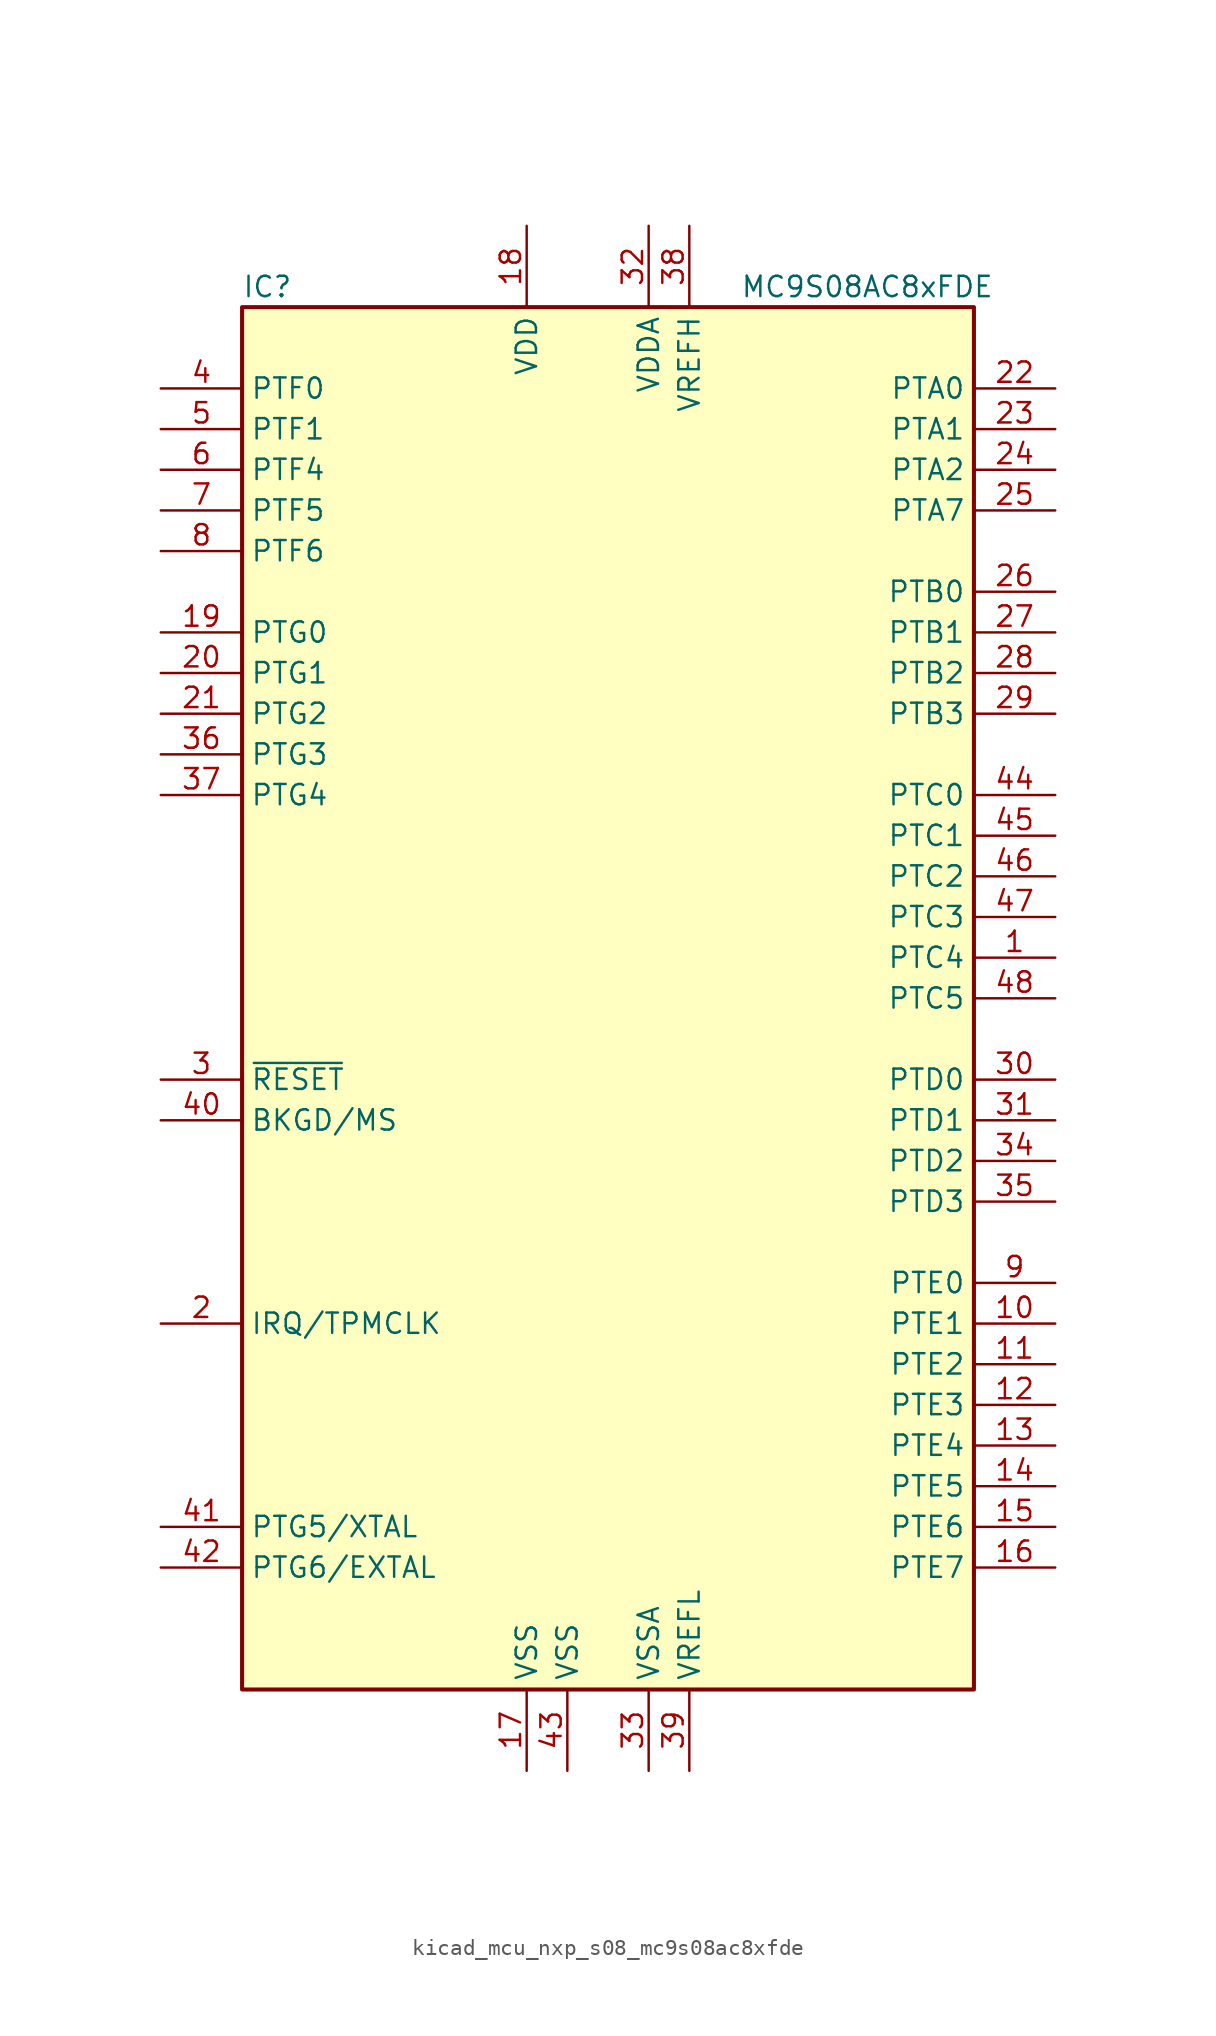
<source format=kicad_sym>
(kicad_symbol_lib
  (version 20220914)
  (generator kicad_symbol_editor)
  (symbol "kicad_mcu_nxp_s08_mc9s08ac8xfde"
    (property "Reference" "IC"
      (at -22.86 44.45 0)
      (effects (font (size 1.27 1.27)) (justify left)))
    (property "Value" "MC9S08AC8xFDE"
      (at 24.13 44.45 0)
      (effects (font (size 1.27 1.27)) (justify right)))
    (symbol "kicad_mcu_nxp_s08_mc9s08ac8xfde_0_1"
      (rectangle (start -22.86 43.18) (end 22.86 -43.18) (stroke (width 0.254) (type default)) (fill (type background))))
    (symbol "kicad_mcu_nxp_s08_mc9s08ac8xfde_1_1"
      (pin bidirectional line (at 27.94 2.54 180) (length 5.08) (name "PTC4" (effects (font (size 1.27 1.27)))) (number "1" (effects (font (size 1.27 1.27)))))
      (pin bidirectional line (at 27.94 -20.32 180) (length 5.08) (name "PTE1" (effects (font (size 1.27 1.27)))) (number "10" (effects (font (size 1.27 1.27)))))
      (pin bidirectional line (at 27.94 -22.86 180) (length 5.08) (name "PTE2" (effects (font (size 1.27 1.27)))) (number "11" (effects (font (size 1.27 1.27)))))
      (pin bidirectional line (at 27.94 -25.4 180) (length 5.08) (name "PTE3" (effects (font (size 1.27 1.27)))) (number "12" (effects (font (size 1.27 1.27)))))
      (pin bidirectional line (at 27.94 -27.94 180) (length 5.08) (name "PTE4" (effects (font (size 1.27 1.27)))) (number "13" (effects (font (size 1.27 1.27)))))
      (pin bidirectional line (at 27.94 -30.48 180) (length 5.08) (name "PTE5" (effects (font (size 1.27 1.27)))) (number "14" (effects (font (size 1.27 1.27)))))
      (pin bidirectional line (at 27.94 -33.02 180) (length 5.08) (name "PTE6" (effects (font (size 1.27 1.27)))) (number "15" (effects (font (size 1.27 1.27)))))
      (pin bidirectional line (at 27.94 -35.56 180) (length 5.08) (name "PTE7" (effects (font (size 1.27 1.27)))) (number "16" (effects (font (size 1.27 1.27)))))
      (pin power_in line (at -5.08 -48.26 90) (length 5.08) (name "VSS" (effects (font (size 1.27 1.27)))) (number "17" (effects (font (size 1.27 1.27)))))
      (pin power_in line (at -5.08 48.26 270) (length 5.08) (name "VDD" (effects (font (size 1.27 1.27)))) (number "18" (effects (font (size 1.27 1.27)))))
      (pin bidirectional line (at -27.94 22.86 0) (length 5.08) (name "PTG0" (effects (font (size 1.27 1.27)))) (number "19" (effects (font (size 1.27 1.27)))))
      (pin input line (at -27.94 -20.32 0) (length 5.08) (name "IRQ/TPMCLK" (effects (font (size 1.27 1.27)))) (number "2" (effects (font (size 1.27 1.27)))))
      (pin bidirectional line (at -27.94 20.32 0) (length 5.08) (name "PTG1" (effects (font (size 1.27 1.27)))) (number "20" (effects (font (size 1.27 1.27)))))
      (pin bidirectional line (at -27.94 17.78 0) (length 5.08) (name "PTG2" (effects (font (size 1.27 1.27)))) (number "21" (effects (font (size 1.27 1.27)))))
      (pin bidirectional line (at 27.94 38.1 180) (length 5.08) (name "PTA0" (effects (font (size 1.27 1.27)))) (number "22" (effects (font (size 1.27 1.27)))))
      (pin bidirectional line (at 27.94 35.56 180) (length 5.08) (name "PTA1" (effects (font (size 1.27 1.27)))) (number "23" (effects (font (size 1.27 1.27)))))
      (pin bidirectional line (at 27.94 33.02 180) (length 5.08) (name "PTA2" (effects (font (size 1.27 1.27)))) (number "24" (effects (font (size 1.27 1.27)))))
      (pin bidirectional line (at 27.94 30.48 180) (length 5.08) (name "PTA7" (effects (font (size 1.27 1.27)))) (number "25" (effects (font (size 1.27 1.27)))))
      (pin bidirectional line (at 27.94 25.4 180) (length 5.08) (name "PTB0" (effects (font (size 1.27 1.27)))) (number "26" (effects (font (size 1.27 1.27)))))
      (pin bidirectional line (at 27.94 22.86 180) (length 5.08) (name "PTB1" (effects (font (size 1.27 1.27)))) (number "27" (effects (font (size 1.27 1.27)))))
      (pin bidirectional line (at 27.94 20.32 180) (length 5.08) (name "PTB2" (effects (font (size 1.27 1.27)))) (number "28" (effects (font (size 1.27 1.27)))))
      (pin bidirectional line (at 27.94 17.78 180) (length 5.08) (name "PTB3" (effects (font (size 1.27 1.27)))) (number "29" (effects (font (size 1.27 1.27)))))
      (pin input line (at -27.94 -5.08 0) (length 5.08) (name "~{RESET}" (effects (font (size 1.27 1.27)))) (number "3" (effects (font (size 1.27 1.27)))))
      (pin bidirectional line (at 27.94 -5.08 180) (length 5.08) (name "PTD0" (effects (font (size 1.27 1.27)))) (number "30" (effects (font (size 1.27 1.27)))))
      (pin bidirectional line (at 27.94 -7.62 180) (length 5.08) (name "PTD1" (effects (font (size 1.27 1.27)))) (number "31" (effects (font (size 1.27 1.27)))))
      (pin power_in line (at 2.54 48.26 270) (length 5.08) (name "VDDA" (effects (font (size 1.27 1.27)))) (number "32" (effects (font (size 1.27 1.27)))))
      (pin power_in line (at 2.54 -48.26 90) (length 5.08) (name "VSSA" (effects (font (size 1.27 1.27)))) (number "33" (effects (font (size 1.27 1.27)))))
      (pin bidirectional line (at 27.94 -10.16 180) (length 5.08) (name "PTD2" (effects (font (size 1.27 1.27)))) (number "34" (effects (font (size 1.27 1.27)))))
      (pin bidirectional line (at 27.94 -12.7 180) (length 5.08) (name "PTD3" (effects (font (size 1.27 1.27)))) (number "35" (effects (font (size 1.27 1.27)))))
      (pin bidirectional line (at -27.94 15.24 0) (length 5.08) (name "PTG3" (effects (font (size 1.27 1.27)))) (number "36" (effects (font (size 1.27 1.27)))))
      (pin bidirectional line (at -27.94 12.7 0) (length 5.08) (name "PTG4" (effects (font (size 1.27 1.27)))) (number "37" (effects (font (size 1.27 1.27)))))
      (pin power_in line (at 5.08 48.26 270) (length 5.08) (name "VREFH" (effects (font (size 1.27 1.27)))) (number "38" (effects (font (size 1.27 1.27)))))
      (pin power_in line (at 5.08 -48.26 90) (length 5.08) (name "VREFL" (effects (font (size 1.27 1.27)))) (number "39" (effects (font (size 1.27 1.27)))))
      (pin bidirectional line (at -27.94 38.1 0) (length 5.08) (name "PTF0" (effects (font (size 1.27 1.27)))) (number "4" (effects (font (size 1.27 1.27)))))
      (pin bidirectional line (at -27.94 -7.62 0) (length 5.08) (name "BKGD/MS" (effects (font (size 1.27 1.27)))) (number "40" (effects (font (size 1.27 1.27)))))
      (pin bidirectional line (at -27.94 -33.02 0) (length 5.08) (name "PTG5/XTAL" (effects (font (size 1.27 1.27)))) (number "41" (effects (font (size 1.27 1.27)))))
      (pin bidirectional line (at -27.94 -35.56 0) (length 5.08) (name "PTG6/EXTAL" (effects (font (size 1.27 1.27)))) (number "42" (effects (font (size 1.27 1.27)))))
      (pin power_in line (at -2.54 -48.26 90) (length 5.08) (name "VSS" (effects (font (size 1.27 1.27)))) (number "43" (effects (font (size 1.27 1.27)))))
      (pin bidirectional line (at 27.94 12.7 180) (length 5.08) (name "PTC0" (effects (font (size 1.27 1.27)))) (number "44" (effects (font (size 1.27 1.27)))))
      (pin bidirectional line (at 27.94 10.16 180) (length 5.08) (name "PTC1" (effects (font (size 1.27 1.27)))) (number "45" (effects (font (size 1.27 1.27)))))
      (pin bidirectional line (at 27.94 7.62 180) (length 5.08) (name "PTC2" (effects (font (size 1.27 1.27)))) (number "46" (effects (font (size 1.27 1.27)))))
      (pin bidirectional line (at 27.94 5.08 180) (length 5.08) (name "PTC3" (effects (font (size 1.27 1.27)))) (number "47" (effects (font (size 1.27 1.27)))))
      (pin bidirectional line (at 27.94 0 180) (length 5.08) (name "PTC5" (effects (font (size 1.27 1.27)))) (number "48" (effects (font (size 1.27 1.27)))))
      (pin bidirectional line (at -27.94 35.56 0) (length 5.08) (name "PTF1" (effects (font (size 1.27 1.27)))) (number "5" (effects (font (size 1.27 1.27)))))
      (pin bidirectional line (at -27.94 33.02 0) (length 5.08) (name "PTF4" (effects (font (size 1.27 1.27)))) (number "6" (effects (font (size 1.27 1.27)))))
      (pin bidirectional line (at -27.94 30.48 0) (length 5.08) (name "PTF5" (effects (font (size 1.27 1.27)))) (number "7" (effects (font (size 1.27 1.27)))))
      (pin bidirectional line (at -27.94 27.94 0) (length 5.08) (name "PTF6" (effects (font (size 1.27 1.27)))) (number "8" (effects (font (size 1.27 1.27)))))
      (pin bidirectional line (at 27.94 -17.78 180) (length 5.08) (name "PTE0" (effects (font (size 1.27 1.27)))) (number "9" (effects (font (size 1.27 1.27))))))))
</source>
